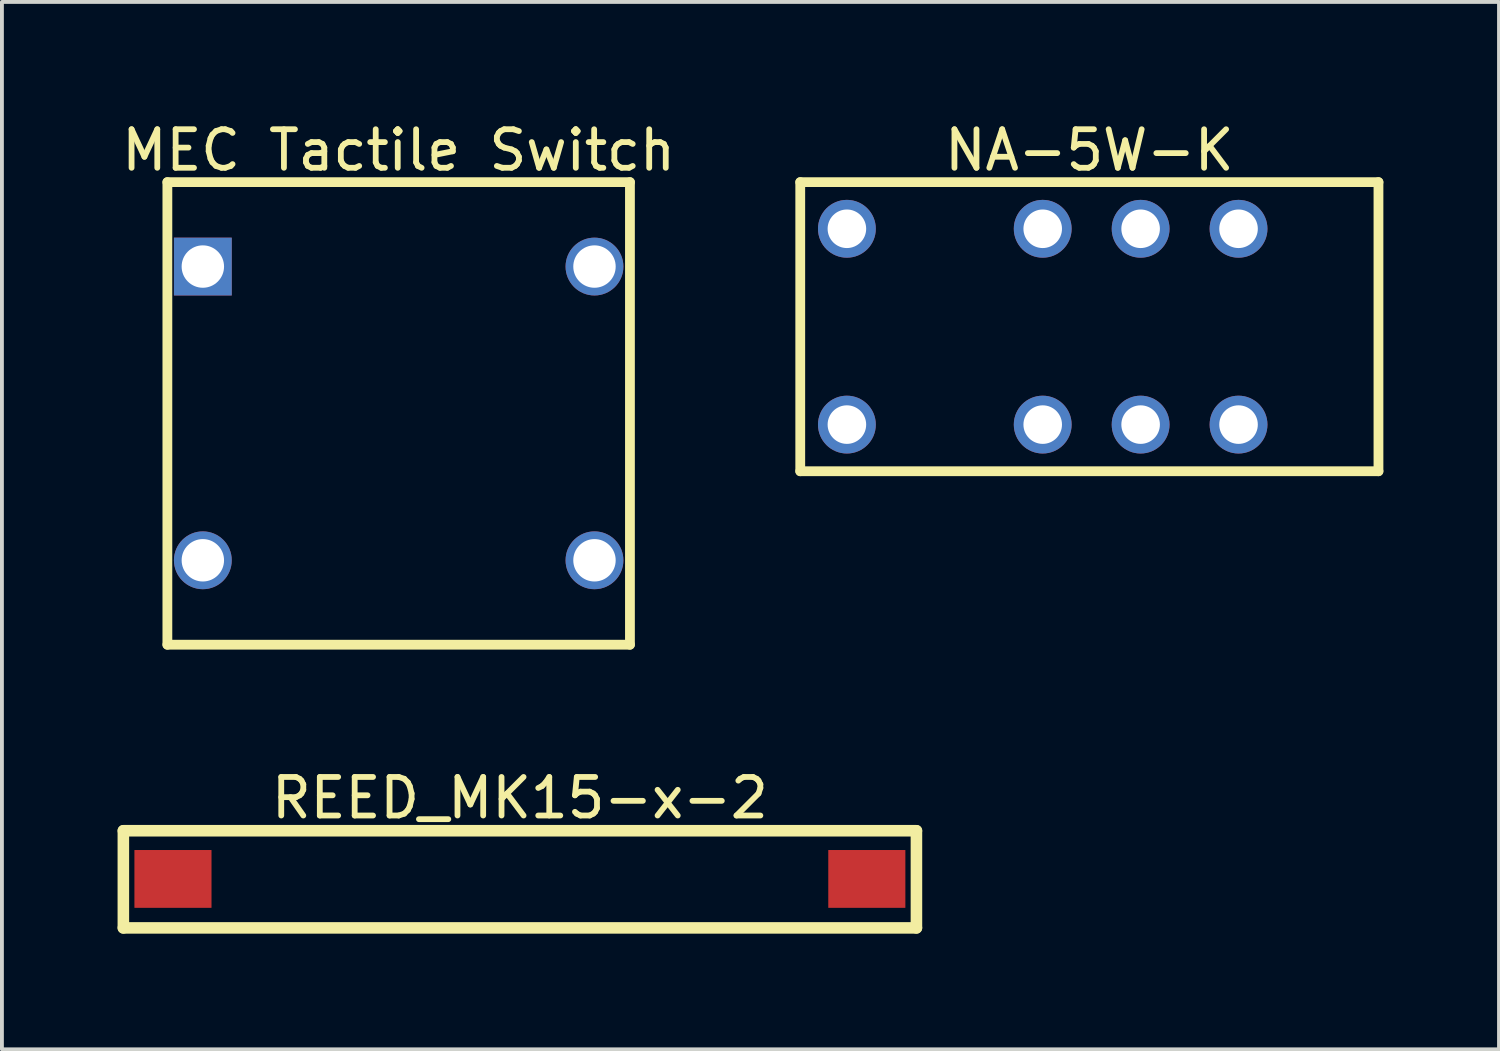
<source format=kicad_pcb>
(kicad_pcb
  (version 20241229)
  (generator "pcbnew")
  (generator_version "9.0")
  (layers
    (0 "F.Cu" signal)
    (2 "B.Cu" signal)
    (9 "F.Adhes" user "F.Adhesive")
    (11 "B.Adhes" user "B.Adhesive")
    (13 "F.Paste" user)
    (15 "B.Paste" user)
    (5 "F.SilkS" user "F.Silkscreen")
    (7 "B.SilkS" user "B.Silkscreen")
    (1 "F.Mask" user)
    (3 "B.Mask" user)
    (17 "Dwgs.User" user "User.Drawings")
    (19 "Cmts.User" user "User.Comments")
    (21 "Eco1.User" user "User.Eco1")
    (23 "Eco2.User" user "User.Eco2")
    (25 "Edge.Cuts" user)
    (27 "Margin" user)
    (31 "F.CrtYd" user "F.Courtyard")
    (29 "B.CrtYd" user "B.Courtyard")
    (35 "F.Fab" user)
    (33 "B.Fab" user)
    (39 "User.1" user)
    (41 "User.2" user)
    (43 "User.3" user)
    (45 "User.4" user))
  (footprint "NA-5W-K"
    (layer "F.Cu")
    (at 25.21 5.425)
    (property "Reference" "NA-5W-K" (at 0.00007 -4.577 0) (layer "F.SilkS") (effects (font (size 1 1) (thickness 0.15))))
    (fp_line (start -7.5 -3.75) (end 7.5 -3.75) (stroke (width 0.254) (type solid)) (layer "F.SilkS"))
    (fp_line (start -7.5 3.75) (end -7.5 -3.75) (stroke (width 0.254) (type solid)) (layer "F.SilkS"))
    (fp_line (start -7.5 3.75) (end 7.5 3.75) (stroke (width 0.254) (type solid)) (layer "F.SilkS"))
    (fp_line (start 7.5 3.75) (end 7.5 -3.75) (stroke (width 0.254) (type solid)) (layer "F.SilkS"))
    (pad "1" thru_hole circle (at -6.29 -2.54) (size 1.5 1.5) (drill 1) (layers "*.Cu" "*.Mask"))
    (pad "3" thru_hole circle (at -1.21 -2.54) (size 1.5 1.5) (drill 1) (layers "*.Cu" "*.Mask"))
    (pad "4" thru_hole circle (at 1.33 -2.54) (size 1.5 1.5) (drill 1) (layers "*.Cu" "*.Mask"))
    (pad "5" thru_hole circle (at 3.87 -2.54) (size 1.5 1.5) (drill 1) (layers "*.Cu" "*.Mask"))
    (pad "8" thru_hole circle (at 3.87 2.54) (size 1.5 1.5) (drill 1) (layers "*.Cu" "*.Mask"))
    (pad "9" thru_hole circle (at 1.33 2.54) (size 1.5 1.5) (drill 1) (layers "*.Cu" "*.Mask"))
    (pad "10" thru_hole circle (at -1.21 2.54) (size 1.5 1.5) (drill 1) (layers "*.Cu" "*.Mask"))
    (pad "12" thru_hole circle (at -6.29 2.54) (size 1.5 1.5) (drill 1) (layers "*.Cu" "*.Mask")))
  (footprint "MEC Tactile Switch"
    (layer "F.Cu")
    (at 7.292 7.675)
    (property "Reference" "MEC Tactile Switch" (at 0 -6.827 0) (layer "F.SilkS") (effects (font (size 1 1) (thickness 0.15))))
    (fp_line (start -6 -6) (end 6 -6) (stroke (width 0.254) (type solid)) (layer "F.SilkS"))
    (fp_line (start -6 6) (end -6 -6) (stroke (width 0.254) (type solid)) (layer "F.SilkS"))
    (fp_line (start -6 6) (end 6 6) (stroke (width 0.254) (type solid)) (layer "F.SilkS"))
    (fp_line (start 6 6) (end 6 -6) (stroke (width 0.254) (type solid)) (layer "F.SilkS"))
    (pad "B1" thru_hole circle (at -5.08 3.81) (size 1.5 1.5) (drill 1.1) (layers "*.Cu" "*.Mask"))
    (pad "B2" thru_hole circle (at 5.08 -3.81) (size 1.5 1.5) (drill 1.1) (layers "*.Cu" "*.Mask"))
    (pad "L+" thru_hole rect (at -5.08 -3.81) (size 1.5 1.5) (drill 1.1) (layers "*.Cu" "*.Mask"))
    (pad "L-" thru_hole circle (at 5.08 3.81) (size 1.5 1.5) (drill 1.1) (layers "*.Cu" "*.Mask")))
  (footprint "REED_MK15-x-2"
    (layer "F.Cu")
    (at 10.437 19.751)
    (property "Reference" "REED_MK15-x-2" (at 0 -2.1 0) (layer "F.SilkS") (effects (font (size 1 1) (thickness 0.15))))
    (fp_line (start -10.287 -1.25) (end 10.287 -1.25) (stroke (width 0.3) (type solid)) (layer "F.SilkS"))
    (fp_line (start -10.287 1.27) (end -10.287 -1.25) (stroke (width 0.3) (type solid)) (layer "F.SilkS"))
    (fp_line (start -10.287 1.27) (end 10.287 1.27) (stroke (width 0.3) (type solid)) (layer "F.SilkS"))
    (fp_line (start 10.287 1.27) (end 10.287 -1.25) (stroke (width 0.3) (type solid)) (layer "F.SilkS"))
    (pad "1" smd rect (at -9 0 90) (size 1.5 2) (layers "F.Cu" "F.Mask" "F.Paste"))
    (pad "2" smd rect (at 9 0 90) (size 1.5 2) (layers "F.Cu" "F.Mask" "F.Paste")))
  (gr_rect
    (start -3 -3)
    (end 35.837 24.171)
    (stroke (width 0.1) (type default))
    (fill no)
    (layer "Edge.Cuts")))
</source>
